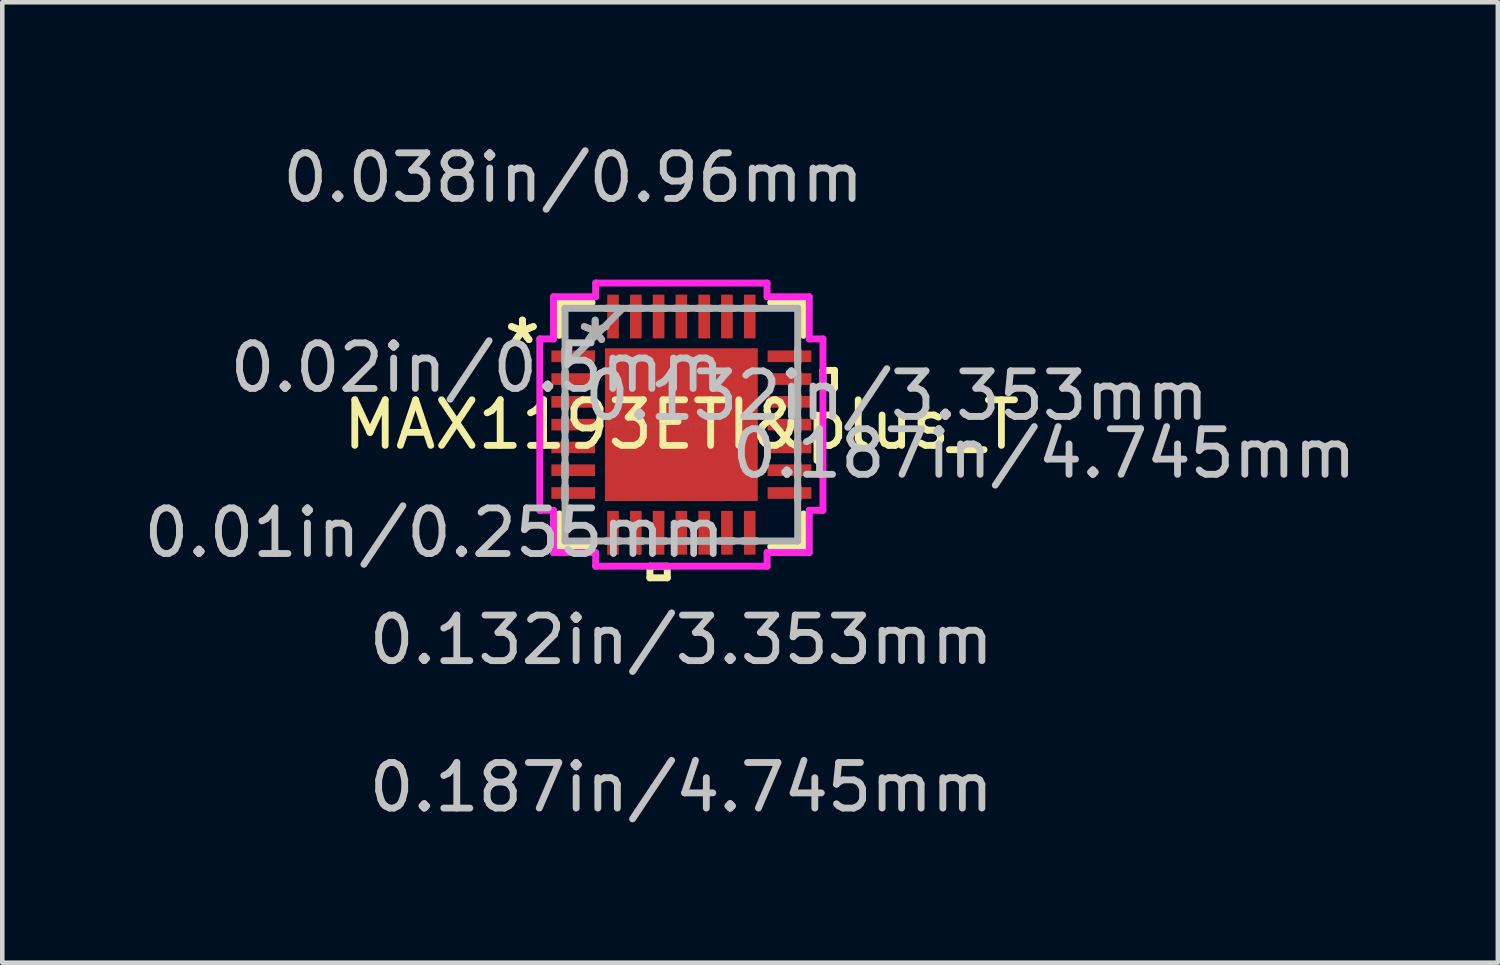
<source format=kicad_pcb>
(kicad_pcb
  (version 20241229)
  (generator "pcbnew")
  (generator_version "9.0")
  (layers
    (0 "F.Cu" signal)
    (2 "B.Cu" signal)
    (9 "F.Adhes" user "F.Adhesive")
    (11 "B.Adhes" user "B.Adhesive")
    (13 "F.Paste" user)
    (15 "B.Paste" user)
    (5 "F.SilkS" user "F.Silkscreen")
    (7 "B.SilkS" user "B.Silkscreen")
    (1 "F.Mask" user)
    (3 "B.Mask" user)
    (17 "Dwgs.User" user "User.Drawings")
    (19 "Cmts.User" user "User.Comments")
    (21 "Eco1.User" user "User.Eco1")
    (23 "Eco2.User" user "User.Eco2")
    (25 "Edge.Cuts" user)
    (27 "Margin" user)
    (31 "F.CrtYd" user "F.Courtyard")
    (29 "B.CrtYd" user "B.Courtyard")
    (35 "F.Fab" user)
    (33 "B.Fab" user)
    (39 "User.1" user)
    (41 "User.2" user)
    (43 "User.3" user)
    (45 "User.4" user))
  (footprint "MAX1193ETI&plus_T"
    (layer "F.Cu")
    (at 11.903 6.269)
    (property "Reference" "MAX1193ETI&plus_T" (at 0 0 0) (layer "F.SilkS") (effects (font (size 1 1) (thickness 0.15))))
    (attr through_hole)
    (fp_line (start -2.68 -2.68) (end -2.68 -1.96) (stroke (width 0.152) (type solid)) (layer "F.SilkS"))
    (fp_line (start -2.68 1.96) (end -2.68 2.68) (stroke (width 0.152) (type solid)) (layer "F.SilkS"))
    (fp_line (start -2.68 2.68) (end -1.96 2.68) (stroke (width 0.152) (type solid)) (layer "F.SilkS"))
    (fp_line (start -1.96 -2.68) (end -2.68 -2.68) (stroke (width 0.152) (type solid)) (layer "F.SilkS"))
    (fp_line (start -0.69 3.107) (end -0.69 3.361) (stroke (width 0.152) (type solid)) (layer "F.SilkS"))
    (fp_line (start -0.69 3.361) (end -0.309 3.361) (stroke (width 0.152) (type solid)) (layer "F.SilkS"))
    (fp_line (start -0.309 3.107) (end -0.69 3.107) (stroke (width 0.152) (type solid)) (layer "F.SilkS"))
    (fp_line (start -0.309 3.361) (end -0.309 3.107) (stroke (width 0.152) (type solid)) (layer "F.SilkS"))
    (fp_line (start 1.96 2.68) (end 2.68 2.68) (stroke (width 0.152) (type solid)) (layer "F.SilkS"))
    (fp_line (start 2.68 -2.68) (end 1.96 -2.68) (stroke (width 0.152) (type solid)) (layer "F.SilkS"))
    (fp_line (start 2.68 -1.96) (end 2.68 -2.68) (stroke (width 0.152) (type solid)) (layer "F.SilkS"))
    (fp_line (start 2.68 2.68) (end 2.68 1.96) (stroke (width 0.152) (type solid)) (layer "F.SilkS"))
    (fp_line (start 3.107 -1.191) (end 3.361 -1.191) (stroke (width 0.152) (type solid)) (layer "F.SilkS"))
    (fp_line (start 3.107 -0.81) (end 3.107 -1.191) (stroke (width 0.152) (type solid)) (layer "F.SilkS"))
    (fp_line (start 3.361 -1.191) (end 3.361 -0.81) (stroke (width 0.152) (type solid)) (layer "F.SilkS"))
    (fp_line (start 3.361 -0.81) (end 3.107 -0.81) (stroke (width 0.152) (type solid)) (layer "F.SilkS"))
    (fp_line (start -1.576 -1.576) (end -1.576 -0.1) (stroke (width 0.152) (type solid)) (layer "F.Paste"))
    (fp_line (start -1.576 -0.1) (end -0.1 -0.1) (stroke (width 0.152) (type solid)) (layer "F.Paste"))
    (fp_line (start -1.576 0.1) (end -1.576 1.576) (stroke (width 0.152) (type solid)) (layer "F.Paste"))
    (fp_line (start -1.576 1.576) (end -0.1 1.576) (stroke (width 0.152) (type solid)) (layer "F.Paste"))
    (fp_line (start -0.1 -1.576) (end -1.576 -1.576) (stroke (width 0.152) (type solid)) (layer "F.Paste"))
    (fp_line (start -0.1 -0.1) (end -0.1 -1.576) (stroke (width 0.152) (type solid)) (layer "F.Paste"))
    (fp_line (start -0.1 0.1) (end -1.576 0.1) (stroke (width 0.152) (type solid)) (layer "F.Paste"))
    (fp_line (start -0.1 1.576) (end -0.1 0.1) (stroke (width 0.152) (type solid)) (layer "F.Paste"))
    (fp_line (start 0.1 -1.576) (end 0.1 -0.1) (stroke (width 0.152) (type solid)) (layer "F.Paste"))
    (fp_line (start 0.1 -0.1) (end 1.576 -0.1) (stroke (width 0.152) (type solid)) (layer "F.Paste"))
    (fp_line (start 0.1 0.1) (end 0.1 1.576) (stroke (width 0.152) (type solid)) (layer "F.Paste"))
    (fp_line (start 0.1 1.576) (end 1.576 1.576) (stroke (width 0.152) (type solid)) (layer "F.Paste"))
    (fp_line (start 1.576 -1.576) (end 0.1 -1.576) (stroke (width 0.152) (type solid)) (layer "F.Paste"))
    (fp_line (start 1.576 -0.1) (end 1.576 -1.576) (stroke (width 0.152) (type solid)) (layer "F.Paste"))
    (fp_line (start 1.576 0.1) (end 0.1 0.1) (stroke (width 0.152) (type solid)) (layer "F.Paste"))
    (fp_line (start 1.576 1.576) (end 1.576 0.1) (stroke (width 0.152) (type solid)) (layer "F.Paste"))
    (fp_line (start -3.107 -1.881) (end -2.807 -1.881) (stroke (width 0.152) (type solid)) (layer "F.CrtYd"))
    (fp_line (start -3.107 1.881) (end -3.107 -1.881) (stroke (width 0.152) (type solid)) (layer "F.CrtYd"))
    (fp_line (start -2.807 -2.807) (end -1.881 -2.807) (stroke (width 0.152) (type solid)) (layer "F.CrtYd"))
    (fp_line (start -2.807 -1.881) (end -2.807 -2.807) (stroke (width 0.152) (type solid)) (layer "F.CrtYd"))
    (fp_line (start -2.807 1.881) (end -3.107 1.881) (stroke (width 0.152) (type solid)) (layer "F.CrtYd"))
    (fp_line (start -2.807 2.807) (end -2.807 1.881) (stroke (width 0.152) (type solid)) (layer "F.CrtYd"))
    (fp_line (start -1.881 -3.107) (end 1.881 -3.107) (stroke (width 0.152) (type solid)) (layer "F.CrtYd"))
    (fp_line (start -1.881 -2.807) (end -1.881 -3.107) (stroke (width 0.152) (type solid)) (layer "F.CrtYd"))
    (fp_line (start -1.881 2.807) (end -2.807 2.807) (stroke (width 0.152) (type solid)) (layer "F.CrtYd"))
    (fp_line (start -1.881 3.107) (end -1.881 2.807) (stroke (width 0.152) (type solid)) (layer "F.CrtYd"))
    (fp_line (start 1.881 -3.107) (end 1.881 -2.807) (stroke (width 0.152) (type solid)) (layer "F.CrtYd"))
    (fp_line (start 1.881 -2.807) (end 2.807 -2.807) (stroke (width 0.152) (type solid)) (layer "F.CrtYd"))
    (fp_line (start 1.881 2.807) (end 1.881 3.107) (stroke (width 0.152) (type solid)) (layer "F.CrtYd"))
    (fp_line (start 1.881 3.107) (end -1.881 3.107) (stroke (width 0.152) (type solid)) (layer "F.CrtYd"))
    (fp_line (start 2.807 -2.807) (end 2.807 -1.881) (stroke (width 0.152) (type solid)) (layer "F.CrtYd"))
    (fp_line (start 2.807 -1.881) (end 3.107 -1.881) (stroke (width 0.152) (type solid)) (layer "F.CrtYd"))
    (fp_line (start 2.807 1.881) (end 2.807 2.807) (stroke (width 0.152) (type solid)) (layer "F.CrtYd"))
    (fp_line (start 2.807 2.807) (end 1.881 2.807) (stroke (width 0.152) (type solid)) (layer "F.CrtYd"))
    (fp_line (start 3.107 -1.881) (end 3.107 1.881) (stroke (width 0.152) (type solid)) (layer "F.CrtYd"))
    (fp_line (start 3.107 1.881) (end 2.807 1.881) (stroke (width 0.152) (type solid)) (layer "F.CrtYd"))
    (fp_line (start -2.553 -2.553) (end -2.553 -2.553) (stroke (width 0.152) (type solid)) (layer "F.Fab"))
    (fp_line (start -2.553 -2.553) (end -2.553 2.553) (stroke (width 0.152) (type solid)) (layer "F.Fab"))
    (fp_line (start -2.553 -1.652) (end -2.553 -1.652) (stroke (width 0.152) (type solid)) (layer "F.Fab"))
    (fp_line (start -2.553 -1.652) (end -2.553 -1.348) (stroke (width 0.152) (type solid)) (layer "F.Fab"))
    (fp_line (start -2.553 -1.348) (end -2.553 -1.652) (stroke (width 0.152) (type solid)) (layer "F.Fab"))
    (fp_line (start -2.553 -1.348) (end -2.553 -1.348) (stroke (width 0.152) (type solid)) (layer "F.Fab"))
    (fp_line (start -2.553 -1.283) (end -1.283 -2.553) (stroke (width 0.152) (type solid)) (layer "F.Fab"))
    (fp_line (start -2.553 -1.152) (end -2.553 -1.152) (stroke (width 0.152) (type solid)) (layer "F.Fab"))
    (fp_line (start -2.553 -1.152) (end -2.553 -0.848) (stroke (width 0.152) (type solid)) (layer "F.Fab"))
    (fp_line (start -2.553 -0.848) (end -2.553 -1.152) (stroke (width 0.152) (type solid)) (layer "F.Fab"))
    (fp_line (start -2.553 -0.848) (end -2.553 -0.848) (stroke (width 0.152) (type solid)) (layer "F.Fab"))
    (fp_line (start -2.553 -0.652) (end -2.553 -0.652) (stroke (width 0.152) (type solid)) (layer "F.Fab"))
    (fp_line (start -2.553 -0.652) (end -2.553 -0.348) (stroke (width 0.152) (type solid)) (layer "F.Fab"))
    (fp_line (start -2.553 -0.348) (end -2.553 -0.652) (stroke (width 0.152) (type solid)) (layer "F.Fab"))
    (fp_line (start -2.553 -0.348) (end -2.553 -0.348) (stroke (width 0.152) (type solid)) (layer "F.Fab"))
    (fp_line (start -2.553 -0.152) (end -2.553 -0.152) (stroke (width 0.152) (type solid)) (layer "F.Fab"))
    (fp_line (start -2.553 -0.152) (end -2.553 0.152) (stroke (width 0.152) (type solid)) (layer "F.Fab"))
    (fp_line (start -2.553 0.152) (end -2.553 -0.152) (stroke (width 0.152) (type solid)) (layer "F.Fab"))
    (fp_line (start -2.553 0.152) (end -2.553 0.152) (stroke (width 0.152) (type solid)) (layer "F.Fab"))
    (fp_line (start -2.553 0.348) (end -2.553 0.348) (stroke (width 0.152) (type solid)) (layer "F.Fab"))
    (fp_line (start -2.553 0.348) (end -2.553 0.652) (stroke (width 0.152) (type solid)) (layer "F.Fab"))
    (fp_line (start -2.553 0.652) (end -2.553 0.348) (stroke (width 0.152) (type solid)) (layer "F.Fab"))
    (fp_line (start -2.553 0.652) (end -2.553 0.652) (stroke (width 0.152) (type solid)) (layer "F.Fab"))
    (fp_line (start -2.553 0.848) (end -2.553 0.848) (stroke (width 0.152) (type solid)) (layer "F.Fab"))
    (fp_line (start -2.553 0.848) (end -2.553 1.152) (stroke (width 0.152) (type solid)) (layer "F.Fab"))
    (fp_line (start -2.553 1.152) (end -2.553 0.848) (stroke (width 0.152) (type solid)) (layer "F.Fab"))
    (fp_line (start -2.553 1.152) (end -2.553 1.152) (stroke (width 0.152) (type solid)) (layer "F.Fab"))
    (fp_line (start -2.553 1.348) (end -2.553 1.348) (stroke (width 0.152) (type solid)) (layer "F.Fab"))
    (fp_line (start -2.553 1.348) (end -2.553 1.652) (stroke (width 0.152) (type solid)) (layer "F.Fab"))
    (fp_line (start -2.553 1.652) (end -2.553 1.348) (stroke (width 0.152) (type solid)) (layer "F.Fab"))
    (fp_line (start -2.553 1.652) (end -2.553 1.652) (stroke (width 0.152) (type solid)) (layer "F.Fab"))
    (fp_line (start -2.553 2.553) (end -2.553 2.553) (stroke (width 0.152) (type solid)) (layer "F.Fab"))
    (fp_line (start -2.553 2.553) (end 2.553 2.553) (stroke (width 0.152) (type solid)) (layer "F.Fab"))
    (fp_line (start -1.652 -2.553) (end -1.652 -2.553) (stroke (width 0.152) (type solid)) (layer "F.Fab"))
    (fp_line (start -1.652 -2.553) (end -1.348 -2.553) (stroke (width 0.152) (type solid)) (layer "F.Fab"))
    (fp_line (start -1.652 2.553) (end -1.652 2.553) (stroke (width 0.152) (type solid)) (layer "F.Fab"))
    (fp_line (start -1.652 2.553) (end -1.348 2.553) (stroke (width 0.152) (type solid)) (layer "F.Fab"))
    (fp_line (start -1.348 -2.553) (end -1.652 -2.553) (stroke (width 0.152) (type solid)) (layer "F.Fab"))
    (fp_line (start -1.348 -2.553) (end -1.348 -2.553) (stroke (width 0.152) (type solid)) (layer "F.Fab"))
    (fp_line (start -1.348 2.553) (end -1.652 2.553) (stroke (width 0.152) (type solid)) (layer "F.Fab"))
    (fp_line (start -1.348 2.553) (end -1.348 2.553) (stroke (width 0.152) (type solid)) (layer "F.Fab"))
    (fp_line (start -1.152 -2.553) (end -1.152 -2.553) (stroke (width 0.152) (type solid)) (layer "F.Fab"))
    (fp_line (start -1.152 -2.553) (end -0.848 -2.553) (stroke (width 0.152) (type solid)) (layer "F.Fab"))
    (fp_line (start -1.152 2.553) (end -1.152 2.553) (stroke (width 0.152) (type solid)) (layer "F.Fab"))
    (fp_line (start -1.152 2.553) (end -0.848 2.553) (stroke (width 0.152) (type solid)) (layer "F.Fab"))
    (fp_line (start -0.848 -2.553) (end -1.152 -2.553) (stroke (width 0.152) (type solid)) (layer "F.Fab"))
    (fp_line (start -0.848 -2.553) (end -0.848 -2.553) (stroke (width 0.152) (type solid)) (layer "F.Fab"))
    (fp_line (start -0.848 2.553) (end -1.152 2.553) (stroke (width 0.152) (type solid)) (layer "F.Fab"))
    (fp_line (start -0.848 2.553) (end -0.848 2.553) (stroke (width 0.152) (type solid)) (layer "F.Fab"))
    (fp_line (start -0.652 -2.553) (end -0.652 -2.553) (stroke (width 0.152) (type solid)) (layer "F.Fab"))
    (fp_line (start -0.652 -2.553) (end -0.348 -2.553) (stroke (width 0.152) (type solid)) (layer "F.Fab"))
    (fp_line (start -0.652 2.553) (end -0.652 2.553) (stroke (width 0.152) (type solid)) (layer "F.Fab"))
    (fp_line (start -0.652 2.553) (end -0.348 2.553) (stroke (width 0.152) (type solid)) (layer "F.Fab"))
    (fp_line (start -0.348 -2.553) (end -0.652 -2.553) (stroke (width 0.152) (type solid)) (layer "F.Fab"))
    (fp_line (start -0.348 -2.553) (end -0.348 -2.553) (stroke (width 0.152) (type solid)) (layer "F.Fab"))
    (fp_line (start -0.348 2.553) (end -0.652 2.553) (stroke (width 0.152) (type solid)) (layer "F.Fab"))
    (fp_line (start -0.348 2.553) (end -0.348 2.553) (stroke (width 0.152) (type solid)) (layer "F.Fab"))
    (fp_line (start -0.152 -2.553) (end -0.152 -2.553) (stroke (width 0.152) (type solid)) (layer "F.Fab"))
    (fp_line (start -0.152 -2.553) (end 0.152 -2.553) (stroke (width 0.152) (type solid)) (layer "F.Fab"))
    (fp_line (start -0.152 2.553) (end -0.152 2.553) (stroke (width 0.152) (type solid)) (layer "F.Fab"))
    (fp_line (start -0.152 2.553) (end 0.152 2.553) (stroke (width 0.152) (type solid)) (layer "F.Fab"))
    (fp_line (start 0.152 -2.553) (end -0.152 -2.553) (stroke (width 0.152) (type solid)) (layer "F.Fab"))
    (fp_line (start 0.152 -2.553) (end 0.152 -2.553) (stroke (width 0.152) (type solid)) (layer "F.Fab"))
    (fp_line (start 0.152 2.553) (end -0.152 2.553) (stroke (width 0.152) (type solid)) (layer "F.Fab"))
    (fp_line (start 0.152 2.553) (end 0.152 2.553) (stroke (width 0.152) (type solid)) (layer "F.Fab"))
    (fp_line (start 0.348 -2.553) (end 0.348 -2.553) (stroke (width 0.152) (type solid)) (layer "F.Fab"))
    (fp_line (start 0.348 -2.553) (end 0.652 -2.553) (stroke (width 0.152) (type solid)) (layer "F.Fab"))
    (fp_line (start 0.348 2.553) (end 0.348 2.553) (stroke (width 0.152) (type solid)) (layer "F.Fab"))
    (fp_line (start 0.348 2.553) (end 0.652 2.553) (stroke (width 0.152) (type solid)) (layer "F.Fab"))
    (fp_line (start 0.652 -2.553) (end 0.348 -2.553) (stroke (width 0.152) (type solid)) (layer "F.Fab"))
    (fp_line (start 0.652 -2.553) (end 0.652 -2.553) (stroke (width 0.152) (type solid)) (layer "F.Fab"))
    (fp_line (start 0.652 2.553) (end 0.348 2.553) (stroke (width 0.152) (type solid)) (layer "F.Fab"))
    (fp_line (start 0.652 2.553) (end 0.652 2.553) (stroke (width 0.152) (type solid)) (layer "F.Fab"))
    (fp_line (start 0.848 -2.553) (end 0.848 -2.553) (stroke (width 0.152) (type solid)) (layer "F.Fab"))
    (fp_line (start 0.848 -2.553) (end 1.152 -2.553) (stroke (width 0.152) (type solid)) (layer "F.Fab"))
    (fp_line (start 0.848 2.553) (end 0.848 2.553) (stroke (width 0.152) (type solid)) (layer "F.Fab"))
    (fp_line (start 0.848 2.553) (end 1.152 2.553) (stroke (width 0.152) (type solid)) (layer "F.Fab"))
    (fp_line (start 1.152 -2.553) (end 0.848 -2.553) (stroke (width 0.152) (type solid)) (layer "F.Fab"))
    (fp_line (start 1.152 -2.553) (end 1.152 -2.553) (stroke (width 0.152) (type solid)) (layer "F.Fab"))
    (fp_line (start 1.152 2.553) (end 0.848 2.553) (stroke (width 0.152) (type solid)) (layer "F.Fab"))
    (fp_line (start 1.152 2.553) (end 1.152 2.553) (stroke (width 0.152) (type solid)) (layer "F.Fab"))
    (fp_line (start 1.348 -2.553) (end 1.348 -2.553) (stroke (width 0.152) (type solid)) (layer "F.Fab"))
    (fp_line (start 1.348 -2.553) (end 1.652 -2.553) (stroke (width 0.152) (type solid)) (layer "F.Fab"))
    (fp_line (start 1.348 2.553) (end 1.348 2.553) (stroke (width 0.152) (type solid)) (layer "F.Fab"))
    (fp_line (start 1.348 2.553) (end 1.652 2.553) (stroke (width 0.152) (type solid)) (layer "F.Fab"))
    (fp_line (start 1.652 -2.553) (end 1.348 -2.553) (stroke (width 0.152) (type solid)) (layer "F.Fab"))
    (fp_line (start 1.652 -2.553) (end 1.652 -2.553) (stroke (width 0.152) (type solid)) (layer "F.Fab"))
    (fp_line (start 1.652 2.553) (end 1.348 2.553) (stroke (width 0.152) (type solid)) (layer "F.Fab"))
    (fp_line (start 1.652 2.553) (end 1.652 2.553) (stroke (width 0.152) (type solid)) (layer "F.Fab"))
    (fp_line (start 2.553 -2.553) (end -2.553 -2.553) (stroke (width 0.152) (type solid)) (layer "F.Fab"))
    (fp_line (start 2.553 -2.553) (end 2.553 -2.553) (stroke (width 0.152) (type solid)) (layer "F.Fab"))
    (fp_line (start 2.553 -1.652) (end 2.553 -1.652) (stroke (width 0.152) (type solid)) (layer "F.Fab"))
    (fp_line (start 2.553 -1.652) (end 2.553 -1.348) (stroke (width 0.152) (type solid)) (layer "F.Fab"))
    (fp_line (start 2.553 -1.348) (end 2.553 -1.652) (stroke (width 0.152) (type solid)) (layer "F.Fab"))
    (fp_line (start 2.553 -1.348) (end 2.553 -1.348) (stroke (width 0.152) (type solid)) (layer "F.Fab"))
    (fp_line (start 2.553 -1.152) (end 2.553 -1.152) (stroke (width 0.152) (type solid)) (layer "F.Fab"))
    (fp_line (start 2.553 -1.152) (end 2.553 -0.848) (stroke (width 0.152) (type solid)) (layer "F.Fab"))
    (fp_line (start 2.553 -0.848) (end 2.553 -1.152) (stroke (width 0.152) (type solid)) (layer "F.Fab"))
    (fp_line (start 2.553 -0.848) (end 2.553 -0.848) (stroke (width 0.152) (type solid)) (layer "F.Fab"))
    (fp_line (start 2.553 -0.652) (end 2.553 -0.652) (stroke (width 0.152) (type solid)) (layer "F.Fab"))
    (fp_line (start 2.553 -0.652) (end 2.553 -0.348) (stroke (width 0.152) (type solid)) (layer "F.Fab"))
    (fp_line (start 2.553 -0.348) (end 2.553 -0.652) (stroke (width 0.152) (type solid)) (layer "F.Fab"))
    (fp_line (start 2.553 -0.348) (end 2.553 -0.348) (stroke (width 0.152) (type solid)) (layer "F.Fab"))
    (fp_line (start 2.553 -0.152) (end 2.553 -0.152) (stroke (width 0.152) (type solid)) (layer "F.Fab"))
    (fp_line (start 2.553 -0.152) (end 2.553 0.152) (stroke (width 0.152) (type solid)) (layer "F.Fab"))
    (fp_line (start 2.553 0.152) (end 2.553 -0.152) (stroke (width 0.152) (type solid)) (layer "F.Fab"))
    (fp_line (start 2.553 0.152) (end 2.553 0.152) (stroke (width 0.152) (type solid)) (layer "F.Fab"))
    (fp_line (start 2.553 0.348) (end 2.553 0.348) (stroke (width 0.152) (type solid)) (layer "F.Fab"))
    (fp_line (start 2.553 0.348) (end 2.553 0.652) (stroke (width 0.152) (type solid)) (layer "F.Fab"))
    (fp_line (start 2.553 0.652) (end 2.553 0.348) (stroke (width 0.152) (type solid)) (layer "F.Fab"))
    (fp_line (start 2.553 0.652) (end 2.553 0.652) (stroke (width 0.152) (type solid)) (layer "F.Fab"))
    (fp_line (start 2.553 0.848) (end 2.553 0.848) (stroke (width 0.152) (type solid)) (layer "F.Fab"))
    (fp_line (start 2.553 0.848) (end 2.553 1.152) (stroke (width 0.152) (type solid)) (layer "F.Fab"))
    (fp_line (start 2.553 1.152) (end 2.553 0.848) (stroke (width 0.152) (type solid)) (layer "F.Fab"))
    (fp_line (start 2.553 1.152) (end 2.553 1.152) (stroke (width 0.152) (type solid)) (layer "F.Fab"))
    (fp_line (start 2.553 1.348) (end 2.553 1.348) (stroke (width 0.152) (type solid)) (layer "F.Fab"))
    (fp_line (start 2.553 1.348) (end 2.553 1.652) (stroke (width 0.152) (type solid)) (layer "F.Fab"))
    (fp_line (start 2.553 1.652) (end 2.553 1.348) (stroke (width 0.152) (type solid)) (layer "F.Fab"))
    (fp_line (start 2.553 1.652) (end 2.553 1.652) (stroke (width 0.152) (type solid)) (layer "F.Fab"))
    (fp_line (start 2.553 2.553) (end 2.553 -2.553) (stroke (width 0.152) (type solid)) (layer "F.Fab"))
    (fp_line (start 2.553 2.553) (end 2.553 2.553) (stroke (width 0.152) (type solid)) (layer "F.Fab"))
    (fp_text user "*" (at -3.488 -1.75 0) (layer "F.SilkS") (effects (font (size 1 1) (thickness 0.15))))
    (fp_text user "*" (at -3.488 -1.75 0) (layer "F.SilkS") (effects (font (size 1 1) (thickness 0.15))))
    (fp_text user "0.02in/0.5mm" (at -4.481 -1.25 0) (layer "Dwgs.User") (effects (font (size 1 1) (thickness 0.15))))
    (fp_text user "0.132in/3.353mm" (at 4.724 -0.635 0) (layer "Dwgs.User") (effects (font (size 1 1) (thickness 0.15))))
    (fp_text user "0.187in/4.745mm" (at 0 7.96 0) (layer "Dwgs.User") (effects (font (size 1 1) (thickness 0.15))))
    (fp_text user "0.187in/4.745mm" (at 7.96 0.635 0) (layer "Dwgs.User") (effects (font (size 1 1) (thickness 0.15))))
    (fp_text user "0.038in/0.96mm" (at -2.373 -5.42 0) (layer "Dwgs.User") (effects (font (size 1 1) (thickness 0.15))))
    (fp_text user "0.132in/3.353mm" (at 0 4.724 0) (layer "Dwgs.User") (effects (font (size 1 1) (thickness 0.15))))
    (fp_text user "0.01in/0.255mm" (at -5.42 2.373 0) (layer "Dwgs.User") (effects (font (size 1 1) (thickness 0.15))))
    (fp_text user "Copyright 2016 Accelerated Designs. All rights reserved." (at 0 0 0) (layer "Cmts.User") (effects (font (size 0.127 0.127) (thickness 0.002))))
    (fp_text user "*" (at -1.892 -1.75 0) (layer "F.Fab") (effects (font (size 1 1) (thickness 0.15))))
    (fp_text user "*" (at -1.892 -1.75 0) (layer "F.Fab") (effects (font (size 1 1) (thickness 0.15))))
    (pad "1" smd rect (at -2.373 -1.5 90) (size 0.255 0.96) (layers "F.Cu" "F.Mask" "F.Paste"))
    (pad "2" smd rect (at -2.373 -1 90) (size 0.255 0.96) (layers "F.Cu" "F.Mask" "F.Paste"))
    (pad "3" smd rect (at -2.373 -0.5 90) (size 0.255 0.96) (layers "F.Cu" "F.Mask" "F.Paste"))
    (pad "4" smd rect (at -2.373 0 90) (size 0.255 0.96) (layers "F.Cu" "F.Mask" "F.Paste"))
    (pad "5" smd rect (at -2.373 0.5 90) (size 0.255 0.96) (layers "F.Cu" "F.Mask" "F.Paste"))
    (pad "6" smd rect (at -2.373 1 90) (size 0.255 0.96) (layers "F.Cu" "F.Mask" "F.Paste"))
    (pad "7" smd rect (at -2.373 1.5 90) (size 0.255 0.96) (layers "F.Cu" "F.Mask" "F.Paste"))
    (pad "8" smd rect (at -1.5 2.373) (size 0.255 0.96) (layers "F.Cu" "F.Mask" "F.Paste"))
    (pad "9" smd rect (at -1 2.373) (size 0.255 0.96) (layers "F.Cu" "F.Mask" "F.Paste"))
    (pad "10" smd rect (at -0.5 2.373) (size 0.255 0.96) (layers "F.Cu" "F.Mask" "F.Paste"))
    (pad "11" smd rect (at 0 2.373) (size 0.255 0.96) (layers "F.Cu" "F.Mask" "F.Paste"))
    (pad "12" smd rect (at 0.5 2.373) (size 0.255 0.96) (layers "F.Cu" "F.Mask" "F.Paste"))
    (pad "13" smd rect (at 1 2.373) (size 0.255 0.96) (layers "F.Cu" "F.Mask" "F.Paste"))
    (pad "14" smd rect (at 1.5 2.373) (size 0.255 0.96) (layers "F.Cu" "F.Mask" "F.Paste"))
    (pad "15" smd rect (at 2.373 1.5 90) (size 0.255 0.96) (layers "F.Cu" "F.Mask" "F.Paste"))
    (pad "16" smd rect (at 2.373 1 90) (size 0.255 0.96) (layers "F.Cu" "F.Mask" "F.Paste"))
    (pad "17" smd rect (at 2.373 0.5 90) (size 0.255 0.96) (layers "F.Cu" "F.Mask" "F.Paste"))
    (pad "18" smd rect (at 2.373 0 90) (size 0.255 0.96) (layers "F.Cu" "F.Mask" "F.Paste"))
    (pad "19" smd rect (at 2.373 -0.5 90) (size 0.255 0.96) (layers "F.Cu" "F.Mask" "F.Paste"))
    (pad "20" smd rect (at 2.373 -1 90) (size 0.255 0.96) (layers "F.Cu" "F.Mask" "F.Paste"))
    (pad "21" smd rect (at 2.373 -1.5 90) (size 0.255 0.96) (layers "F.Cu" "F.Mask" "F.Paste"))
    (pad "22" smd rect (at 1.5 -2.373) (size 0.255 0.96) (layers "F.Cu" "F.Mask" "F.Paste"))
    (pad "23" smd rect (at 1 -2.373) (size 0.255 0.96) (layers "F.Cu" "F.Mask" "F.Paste"))
    (pad "24" smd rect (at 0.5 -2.373) (size 0.255 0.96) (layers "F.Cu" "F.Mask" "F.Paste"))
    (pad "25" smd rect (at 0 -2.373) (size 0.255 0.96) (layers "F.Cu" "F.Mask" "F.Paste"))
    (pad "26" smd rect (at -0.5 -2.373) (size 0.255 0.96) (layers "F.Cu" "F.Mask" "F.Paste"))
    (pad "27" smd rect (at -1 -2.373) (size 0.255 0.96) (layers "F.Cu" "F.Mask" "F.Paste"))
    (pad "28" smd rect (at -1.5 -2.373) (size 0.255 0.96) (layers "F.Cu" "F.Mask" "F.Paste"))
    (pad "29" smd rect (at 0 0) (size 3.353 3.353) (layers "F.Cu" "F.Mask" "F.Paste")))
  (gr_rect
    (start -3 -3)
    (end 29.821 18.077)
    (stroke (width 0.1) (type default))
    (fill no)
    (layer "Edge.Cuts")))
</source>
